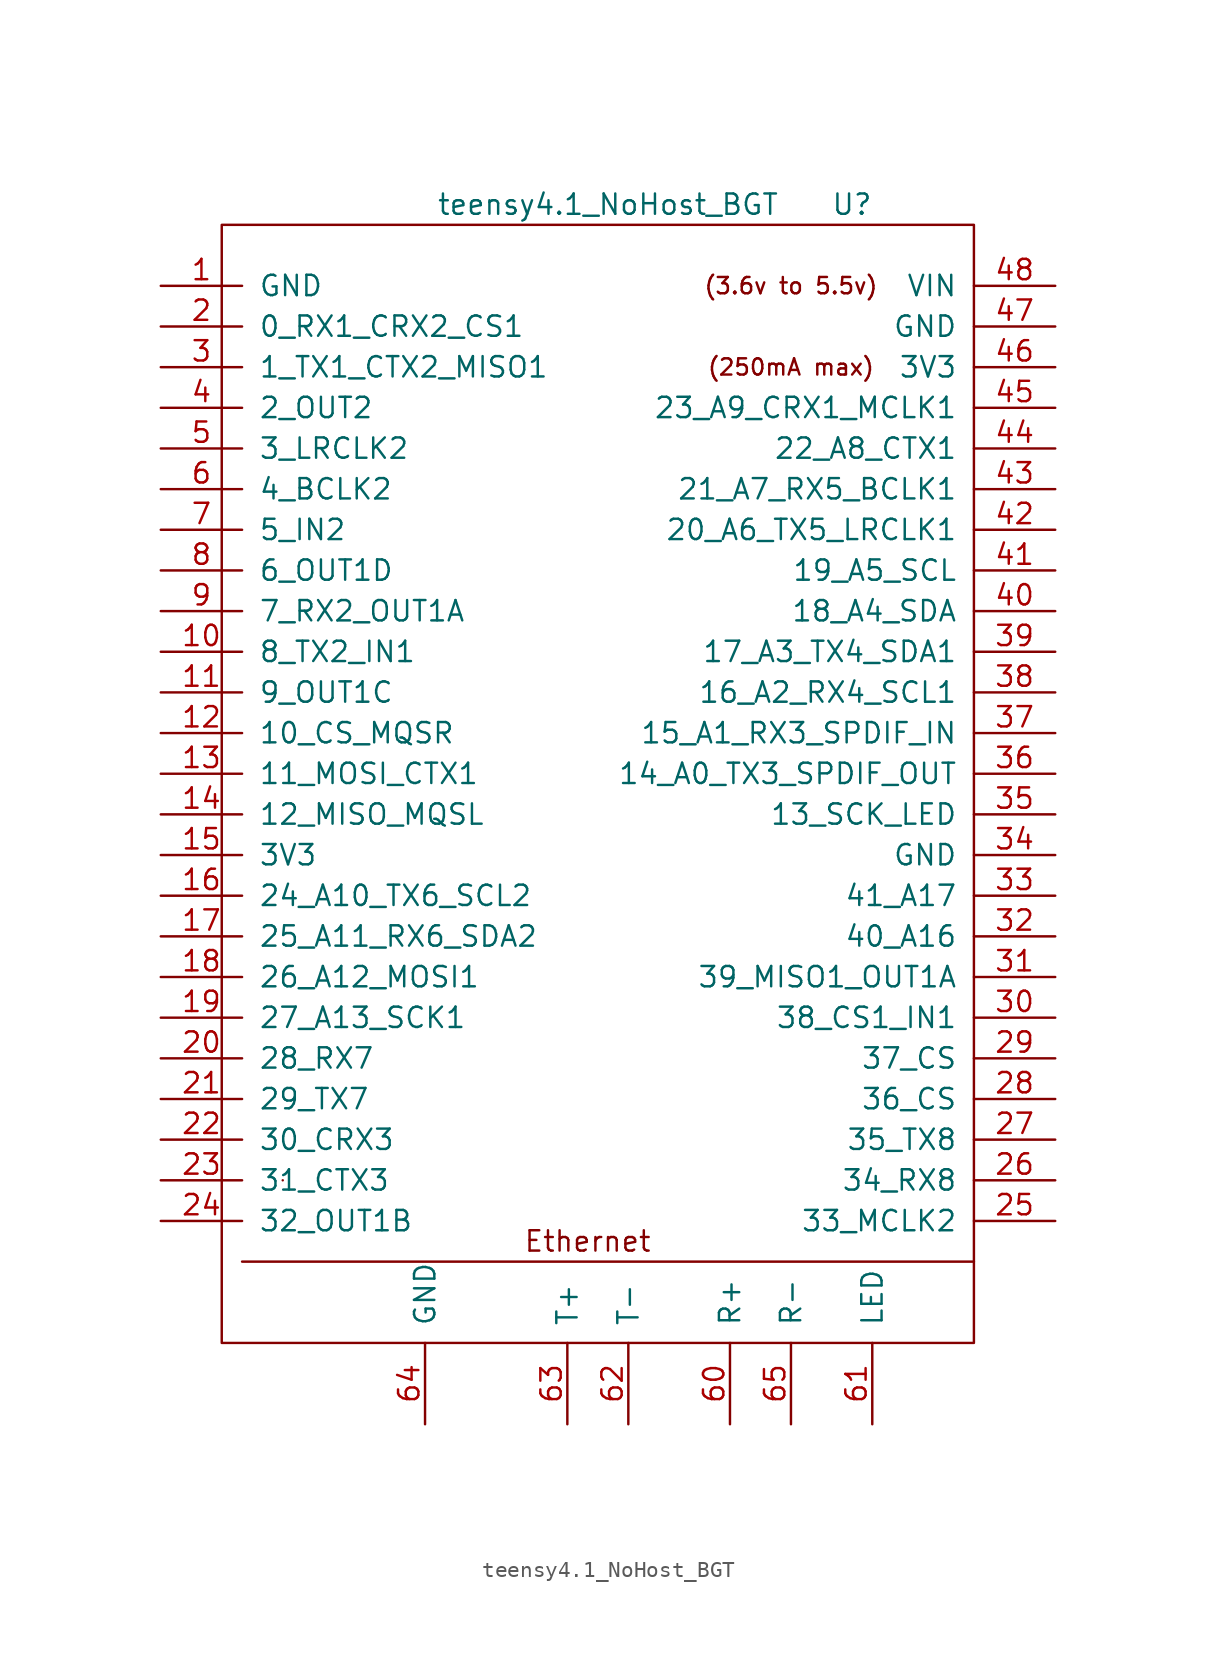
<source format=kicad_sym>
(kicad_symbol_lib
  (version 20211014)
  (generator kicad_symbol_editor)
  (symbol "teensy4.1_NoHost_BGT"
    (pin_names
      (offset 1.016))
    (property "Reference" "U"
      (at -44.45 104.14 0)
      (effects (font (size 1.27 1.27))))
    (property "Value" "teensy4.1_NoHost_BGT"
      (at -59.69 104.14 0)
      (effects (font (size 1.27 1.27))))
    (symbol "teensy4.1_NoHost_BGT_0_0"
      (polyline (pts (xy -82.55 38.1) (xy -36.83 38.1)) (stroke (width 0) (type default) (color 0 0 0 0)) (fill (type none)))
      (text "(250mA max)" (at -48.26 93.98 0) (effects (font (size 1.016 1.016))))
      (text "(3.6v to 5.5v)" (at -48.26 99.06 0) (effects (font (size 1.016 1.016))))
      (text "Ethernet" (at -60.96 39.37 0) (effects (font (size 1.27 1.27))))
      (pin bidirectional line (at -87.63 76.2 0) (length 5.08) (name "8_TX2_IN1" (effects (font (size 1.27 1.27)))) (number "10" (effects (font (size 1.27 1.27)))))
      (pin bidirectional line (at -87.63 73.66 0) (length 5.08) (name "9_OUT1C" (effects (font (size 1.27 1.27)))) (number "11" (effects (font (size 1.27 1.27)))))
      (pin bidirectional line (at -87.63 71.12 0) (length 5.08) (name "10_CS_MQSR" (effects (font (size 1.27 1.27)))) (number "12" (effects (font (size 1.27 1.27)))))
      (pin bidirectional line (at -87.63 68.58 0) (length 5.08) (name "11_MOSI_CTX1" (effects (font (size 1.27 1.27)))) (number "13" (effects (font (size 1.27 1.27)))))
      (pin bidirectional line (at -87.63 66.04 0) (length 5.08) (name "12_MISO_MQSL" (effects (font (size 1.27 1.27)))) (number "14" (effects (font (size 1.27 1.27)))))
      (pin power_out line (at -87.63 63.5 0) (length 5.08) (name "3V3" (effects (font (size 1.27 1.27)))) (number "15" (effects (font (size 1.27 1.27)))))
      (pin bidirectional line (at -87.63 60.96 0) (length 5.08) (name "24_A10_TX6_SCL2" (effects (font (size 1.27 1.27)))) (number "16" (effects (font (size 1.27 1.27)))))
      (pin bidirectional line (at -87.63 58.42 0) (length 5.08) (name "25_A11_RX6_SDA2" (effects (font (size 1.27 1.27)))) (number "17" (effects (font (size 1.27 1.27)))))
      (pin bidirectional line (at -87.63 55.88 0) (length 5.08) (name "26_A12_MOSI1" (effects (font (size 1.27 1.27)))) (number "18" (effects (font (size 1.27 1.27)))))
      (pin bidirectional line (at -87.63 53.34 0) (length 5.08) (name "27_A13_SCK1" (effects (font (size 1.27 1.27)))) (number "19" (effects (font (size 1.27 1.27)))))
      (pin bidirectional line (at -87.63 50.8 0) (length 5.08) (name "28_RX7" (effects (font (size 1.27 1.27)))) (number "20" (effects (font (size 1.27 1.27)))))
      (pin bidirectional line (at -87.63 48.26 0) (length 5.08) (name "29_TX7" (effects (font (size 1.27 1.27)))) (number "21" (effects (font (size 1.27 1.27)))))
      (pin bidirectional line (at -87.63 45.72 0) (length 5.08) (name "30_CRX3" (effects (font (size 1.27 1.27)))) (number "22" (effects (font (size 1.27 1.27)))))
      (pin bidirectional line (at -87.63 43.18 0) (length 5.08) (name "31_CTX3" (effects (font (size 1.27 1.27)))) (number "23" (effects (font (size 1.27 1.27)))))
      (pin bidirectional line (at -87.63 40.64 0) (length 5.08) (name "32_OUT1B" (effects (font (size 1.27 1.27)))) (number "24" (effects (font (size 1.27 1.27)))))
      (pin bidirectional line (at -31.75 40.64 180) (length 5.08) (name "33_MCLK2" (effects (font (size 1.27 1.27)))) (number "25" (effects (font (size 1.27 1.27)))))
      (pin bidirectional line (at -31.75 43.18 180) (length 5.08) (name "34_RX8" (effects (font (size 1.27 1.27)))) (number "26" (effects (font (size 1.27 1.27)))))
      (pin bidirectional line (at -31.75 45.72 180) (length 5.08) (name "35_TX8" (effects (font (size 1.27 1.27)))) (number "27" (effects (font (size 1.27 1.27)))))
      (pin bidirectional line (at -31.75 48.26 180) (length 5.08) (name "36_CS" (effects (font (size 1.27 1.27)))) (number "28" (effects (font (size 1.27 1.27)))))
      (pin bidirectional line (at -31.75 50.8 180) (length 5.08) (name "37_CS" (effects (font (size 1.27 1.27)))) (number "29" (effects (font (size 1.27 1.27)))))
      (pin bidirectional line (at -31.75 53.34 180) (length 5.08) (name "38_CS1_IN1" (effects (font (size 1.27 1.27)))) (number "30" (effects (font (size 1.27 1.27)))))
      (pin bidirectional line (at -31.75 55.88 180) (length 5.08) (name "39_MISO1_OUT1A" (effects (font (size 1.27 1.27)))) (number "31" (effects (font (size 1.27 1.27)))))
      (pin bidirectional line (at -31.75 58.42 180) (length 5.08) (name "40_A16" (effects (font (size 1.27 1.27)))) (number "32" (effects (font (size 1.27 1.27)))))
      (pin bidirectional line (at -31.75 60.96 180) (length 5.08) (name "41_A17" (effects (font (size 1.27 1.27)))) (number "33" (effects (font (size 1.27 1.27)))))
      (pin bidirectional line (at -31.75 66.04 180) (length 5.08) (name "13_SCK_LED" (effects (font (size 1.27 1.27)))) (number "35" (effects (font (size 1.27 1.27)))))
      (pin bidirectional line (at -31.75 68.58 180) (length 5.08) (name "14_A0_TX3_SPDIF_OUT" (effects (font (size 1.27 1.27)))) (number "36" (effects (font (size 1.27 1.27)))))
      (pin bidirectional line (at -31.75 71.12 180) (length 5.08) (name "15_A1_RX3_SPDIF_IN" (effects (font (size 1.27 1.27)))) (number "37" (effects (font (size 1.27 1.27)))))
      (pin bidirectional line (at -31.75 73.66 180) (length 5.08) (name "16_A2_RX4_SCL1" (effects (font (size 1.27 1.27)))) (number "38" (effects (font (size 1.27 1.27)))))
      (pin bidirectional line (at -31.75 76.2 180) (length 5.08) (name "17_A3_TX4_SDA1" (effects (font (size 1.27 1.27)))) (number "39" (effects (font (size 1.27 1.27)))))
      (pin bidirectional line (at -31.75 78.74 180) (length 5.08) (name "18_A4_SDA" (effects (font (size 1.27 1.27)))) (number "40" (effects (font (size 1.27 1.27)))))
      (pin bidirectional line (at -31.75 81.28 180) (length 5.08) (name "19_A5_SCL" (effects (font (size 1.27 1.27)))) (number "41" (effects (font (size 1.27 1.27)))))
      (pin bidirectional line (at -31.75 83.82 180) (length 5.08) (name "20_A6_TX5_LRCLK1" (effects (font (size 1.27 1.27)))) (number "42" (effects (font (size 1.27 1.27)))))
      (pin bidirectional line (at -31.75 86.36 180) (length 5.08) (name "21_A7_RX5_BCLK1" (effects (font (size 1.27 1.27)))) (number "43" (effects (font (size 1.27 1.27)))))
      (pin bidirectional line (at -31.75 88.9 180) (length 5.08) (name "22_A8_CTX1" (effects (font (size 1.27 1.27)))) (number "44" (effects (font (size 1.27 1.27)))))
      (pin bidirectional line (at -31.75 91.44 180) (length 5.08) (name "23_A9_CRX1_MCLK1" (effects (font (size 1.27 1.27)))) (number "45" (effects (font (size 1.27 1.27)))))
      (pin output line (at -31.75 93.98 180) (length 5.08) (name "3V3" (effects (font (size 1.27 1.27)))) (number "46" (effects (font (size 1.27 1.27)))))
      (pin output line (at -31.75 96.52 180) (length 5.08) (name "GND" (effects (font (size 1.27 1.27)))) (number "47" (effects (font (size 1.27 1.27)))))
      (pin power_in line (at -31.75 99.06 180) (length 5.08) (name "VIN" (effects (font (size 1.27 1.27)))) (number "48" (effects (font (size 1.27 1.27)))))
      (pin bidirectional line (at -87.63 88.9 0) (length 5.08) (name "3_LRCLK2" (effects (font (size 1.27 1.27)))) (number "5" (effects (font (size 1.27 1.27)))))
      (pin bidirectional line (at -87.63 86.36 0) (length 5.08) (name "4_BCLK2" (effects (font (size 1.27 1.27)))) (number "6" (effects (font (size 1.27 1.27)))))
      (pin bidirectional line (at -52.07 27.94 90) (length 5.08) (name "R+" (effects (font (size 1.27 1.27)))) (number "60" (effects (font (size 1.27 1.27)))))
      (pin bidirectional line (at -43.18 27.94 90) (length 5.08) (name "LED" (effects (font (size 1.27 1.27)))) (number "61" (effects (font (size 1.27 1.27)))))
      (pin bidirectional line (at -58.42 27.94 90) (length 5.08) (name "T-" (effects (font (size 1.27 1.27)))) (number "62" (effects (font (size 1.27 1.27)))))
      (pin bidirectional line (at -62.23 27.94 90) (length 5.08) (name "T+" (effects (font (size 1.27 1.27)))) (number "63" (effects (font (size 1.27 1.27)))))
      (pin bidirectional line (at -71.12 27.94 90) (length 5.08) (name "GND" (effects (font (size 1.27 1.27)))) (number "64" (effects (font (size 1.27 1.27)))))
      (pin bidirectional line (at -48.26 27.94 90) (length 5.08) (name "R-" (effects (font (size 1.27 1.27)))) (number "65" (effects (font (size 1.27 1.27)))))
      (pin bidirectional line (at -87.63 83.82 0) (length 5.08) (name "5_IN2" (effects (font (size 1.27 1.27)))) (number "7" (effects (font (size 1.27 1.27)))))
      (pin bidirectional line (at -87.63 81.28 0) (length 5.08) (name "6_OUT1D" (effects (font (size 1.27 1.27)))) (number "8" (effects (font (size 1.27 1.27)))))
      (pin bidirectional line (at -87.63 78.74 0) (length 5.08) (name "7_RX2_OUT1A" (effects (font (size 1.27 1.27)))) (number "9" (effects (font (size 1.27 1.27))))))
    (symbol "teensy4.1_NoHost_BGT_0_1"
      (rectangle (start -83.82 102.87) (end -36.83 33.02) (stroke (width 0) (type default) (color 0 0 0 0)) (fill (type none)))
      (rectangle (start -80.01 43.18) (end -80.01 43.18) (stroke (width 0) (type default) (color 0 0 0 0)) (fill (type none))))
    (symbol "teensy4.1_NoHost_BGT_1_1"
      (pin power_in line (at -87.63 99.06 0) (length 5.08) (name "GND" (effects (font (size 1.27 1.27)))) (number "1" (effects (font (size 1.27 1.27)))))
      (pin bidirectional line (at -87.63 96.52 0) (length 5.08) (name "0_RX1_CRX2_CS1" (effects (font (size 1.27 1.27)))) (number "2" (effects (font (size 1.27 1.27)))))
      (pin bidirectional line (at -87.63 93.98 0) (length 5.08) (name "1_TX1_CTX2_MISO1" (effects (font (size 1.27 1.27)))) (number "3" (effects (font (size 1.27 1.27)))))
      (pin power_in line (at -31.75 63.5 180) (length 5.08) (name "GND" (effects (font (size 1.27 1.27)))) (number "34" (effects (font (size 1.27 1.27)))))
      (pin bidirectional line (at -87.63 91.44 0) (length 5.08) (name "2_OUT2" (effects (font (size 1.27 1.27)))) (number "4" (effects (font (size 1.27 1.27))))))))
</source>
